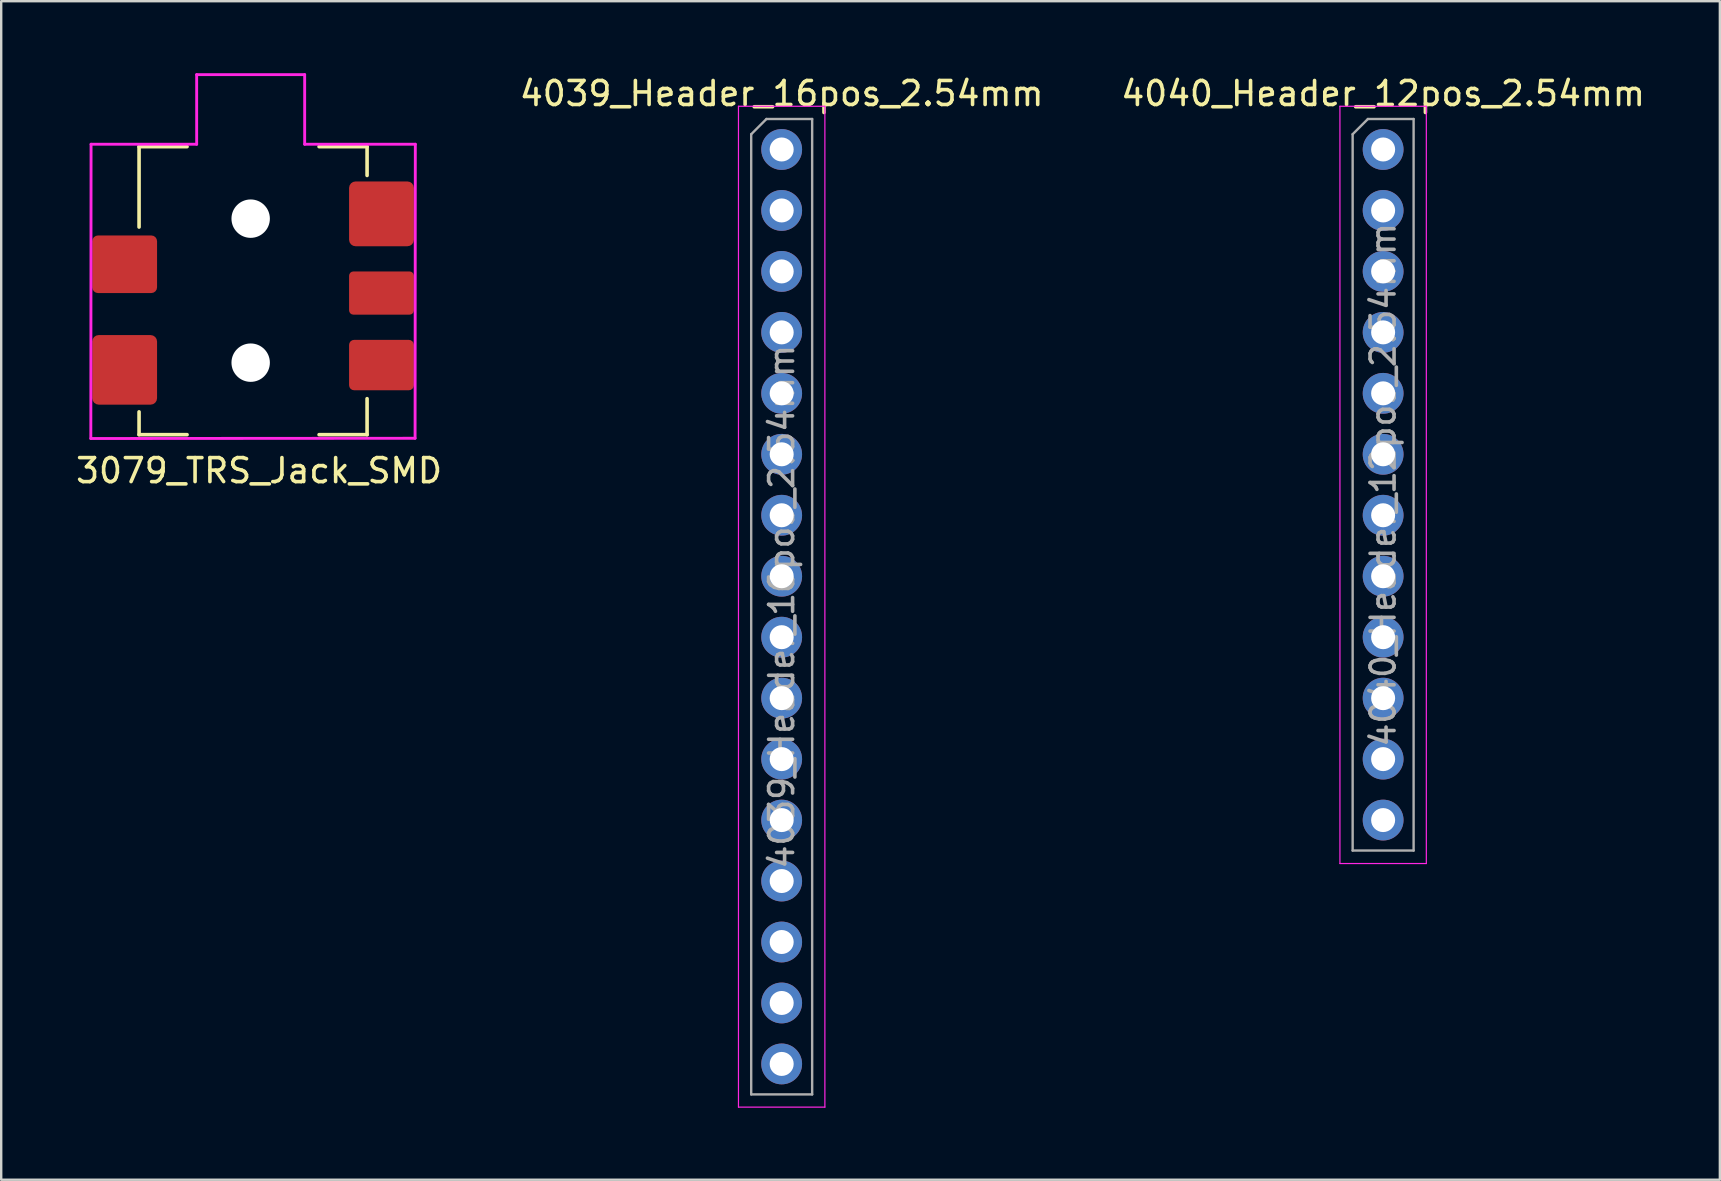
<source format=kicad_pcb>
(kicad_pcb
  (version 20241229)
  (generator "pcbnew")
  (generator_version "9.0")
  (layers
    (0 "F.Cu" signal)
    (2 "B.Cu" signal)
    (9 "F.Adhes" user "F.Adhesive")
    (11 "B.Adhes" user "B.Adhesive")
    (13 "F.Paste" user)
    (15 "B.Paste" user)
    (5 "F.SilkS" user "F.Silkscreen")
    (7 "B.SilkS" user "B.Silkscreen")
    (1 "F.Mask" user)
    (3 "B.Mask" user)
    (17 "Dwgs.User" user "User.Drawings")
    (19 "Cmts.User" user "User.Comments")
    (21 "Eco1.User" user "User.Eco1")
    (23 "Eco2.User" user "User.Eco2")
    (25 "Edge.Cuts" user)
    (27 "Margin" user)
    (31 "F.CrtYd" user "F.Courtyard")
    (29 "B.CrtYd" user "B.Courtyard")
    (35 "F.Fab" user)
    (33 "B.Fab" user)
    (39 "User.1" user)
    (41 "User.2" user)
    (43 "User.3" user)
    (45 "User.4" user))
  (footprint "4040_Header_12pos_2.54mm"
    (layer "F.Cu")
    (at 54.577 3.178)
    (property "Reference" "4040_Header_12pos_2.54mm" (at 0 -2.33 0) (layer "F.SilkS") (effects (font (size 1 1) (thickness 0.15))))
    (attr through_hole)
    (fp_line (start -1.8 -1.8) (end -1.8 29.75) (stroke (width 0.05) (type solid)) (layer "F.CrtYd"))
    (fp_line (start -1.8 29.75) (end 1.8 29.75) (stroke (width 0.05) (type solid)) (layer "F.CrtYd"))
    (fp_line (start 1.8 -1.8) (end -1.8 -1.8) (stroke (width 0.05) (type solid)) (layer "F.CrtYd"))
    (fp_line (start 1.8 29.75) (end 1.8 -1.8) (stroke (width 0.05) (type solid)) (layer "F.CrtYd"))
    (fp_line (start -1.27 -0.635) (end -0.635 -1.27) (stroke (width 0.1) (type solid)) (layer "F.Fab"))
    (fp_line (start -1.27 29.21) (end -1.27 -0.635) (stroke (width 0.1) (type solid)) (layer "F.Fab"))
    (fp_line (start -0.635 -1.27) (end 1.27 -1.27) (stroke (width 0.1) (type solid)) (layer "F.Fab"))
    (fp_line (start 1.27 -1.27) (end 1.27 29.21) (stroke (width 0.1) (type solid)) (layer "F.Fab"))
    (fp_line (start 1.27 29.21) (end -1.27 29.21) (stroke (width 0.1) (type solid)) (layer "F.Fab"))
    (fp_text user "${REFERENCE}" (at 0 13.97 90) (layer "F.Fab") (effects (font (size 1 1) (thickness 0.15))))
    (pad "1" thru_hole circle (at 0 0) (size 1.7 1.7) (drill 1) (layers "*.Cu" "*.Mask"))
    (pad "2" thru_hole oval (at 0 2.54) (size 1.7 1.7) (drill 1) (layers "*.Cu" "*.Mask"))
    (pad "3" thru_hole oval (at 0 5.08) (size 1.7 1.7) (drill 1) (layers "*.Cu" "*.Mask"))
    (pad "4" thru_hole oval (at 0 7.62) (size 1.7 1.7) (drill 1) (layers "*.Cu" "*.Mask"))
    (pad "5" thru_hole oval (at 0 10.16) (size 1.7 1.7) (drill 1) (layers "*.Cu" "*.Mask"))
    (pad "6" thru_hole oval (at 0 12.7) (size 1.7 1.7) (drill 1) (layers "*.Cu" "*.Mask"))
    (pad "7" thru_hole oval (at 0 15.24) (size 1.7 1.7) (drill 1) (layers "*.Cu" "*.Mask"))
    (pad "8" thru_hole oval (at 0 17.78) (size 1.7 1.7) (drill 1) (layers "*.Cu" "*.Mask"))
    (pad "9" thru_hole oval (at 0 20.32) (size 1.7 1.7) (drill 1) (layers "*.Cu" "*.Mask"))
    (pad "10" thru_hole oval (at 0 22.86) (size 1.7 1.7) (drill 1) (layers "*.Cu" "*.Mask"))
    (pad "11" thru_hole oval (at 0 25.4) (size 1.7 1.7) (drill 1) (layers "*.Cu" "*.Mask"))
    (pad "12" thru_hole oval (at 0 27.94) (size 1.7 1.7) (drill 1) (layers "*.Cu" "*.Mask")))
  (footprint "3079_TRS_Jack_SMD"
    (layer "F.Cu")
    (at 2.744 15.06)
    (property "Reference" "3079_TRS_Jack_SMD" (at 5 1.5 0) (layer "F.SilkS") (effects (font (size 1 1) (thickness 0.15))))
    (attr smd)
    (fp_line (start 0 -12) (end 0 -8.65) (stroke (width 0.15) (type solid)) (layer "F.SilkS"))
    (fp_line (start 0 -12) (end 2 -12) (stroke (width 0.15) (type solid)) (layer "F.SilkS"))
    (fp_line (start 0 0) (end 0 -0.95) (stroke (width 0.15) (type solid)) (layer "F.SilkS"))
    (fp_line (start 2 0) (end 0 0) (stroke (width 0.15) (type solid)) (layer "F.SilkS"))
    (fp_line (start 9.5 -12) (end 7.5 -12) (stroke (width 0.15) (type solid)) (layer "F.SilkS"))
    (fp_line (start 9.5 -12) (end 9.5 -10.8) (stroke (width 0.15) (type solid)) (layer "F.SilkS"))
    (fp_line (start 9.5 0) (end 7.5 0) (stroke (width 0.15) (type solid)) (layer "F.SilkS"))
    (fp_line (start 9.5 0) (end 9.5 -1.5) (stroke (width 0.15) (type solid)) (layer "F.SilkS"))
    (fp_line (start -2.01 0.16) (end -2 -12.1) (stroke (width 0.12) (type solid)) (layer "F.CrtYd"))
    (fp_line (start -2.01 0.16) (end 11.5 0.15) (stroke (width 0.12) (type solid)) (layer "F.CrtYd"))
    (fp_line (start -2 -12.1) (end 2.4 -12.1) (stroke (width 0.12) (type solid)) (layer "F.CrtYd"))
    (fp_line (start 2.4 -15) (end 6.9 -15) (stroke (width 0.12) (type solid)) (layer "F.CrtYd"))
    (fp_line (start 2.4 -12.1) (end 2.4 -15) (stroke (width 0.12) (type solid)) (layer "F.CrtYd"))
    (fp_line (start 6.9 -15) (end 6.9 -12.1) (stroke (width 0.12) (type solid)) (layer "F.CrtYd"))
    (fp_line (start 6.9 -12.1) (end 11.51 -12.1) (stroke (width 0.12) (type solid)) (layer "F.CrtYd"))
    (fp_line (start 11.5 0.15) (end 11.51 -12.1) (stroke (width 0.12) (type solid)) (layer "F.CrtYd"))
    (pad "" np_thru_hole circle (at 4.65 -9) (size 1.6 1.6) (drill 1.6) (layers "*.Cu" "*.Mask"))
    (pad "" np_thru_hole circle (at 4.65 -3) (size 1.6 1.6) (drill 1.6) (layers "*.Cu" "*.Mask"))
    (pad "1" smd roundrect (at 10.1 -9.2) (size 2.7 2.7) (layers "F.Cu" "F.Mask" "F.Paste") (roundrect_rratio 0.1))
    (pad "2" smd roundrect (at -0.6 -2.7) (size 2.7 2.9) (layers "F.Cu" "F.Mask" "F.Paste") (roundrect_rratio 0.1))
    (pad "3" smd roundrect (at 10.1 -2.9) (size 2.7 2.1) (layers "F.Cu" "F.Mask" "F.Paste") (roundrect_rratio 0.1))
    (pad "10" smd roundrect (at -0.6 -7.1) (size 2.7 2.4) (layers "F.Cu" "F.Mask" "F.Paste") (roundrect_rratio 0.1))
    (pad "11" smd roundrect (at 10.1 -5.9) (size 2.7 1.8) (layers "F.Cu" "F.Mask" "F.Paste") (roundrect_rratio 0.1)))
  (footprint "4039_Header_16pos_2.54mm"
    (layer "F.Cu")
    (at 29.518 3.178)
    (property "Reference" "4039_Header_16pos_2.54mm" (at 0 -2.33 0) (layer "F.SilkS") (effects (font (size 1 1) (thickness 0.15))))
    (attr through_hole)
    (fp_line (start -1.8 -1.8) (end -1.8 39.9) (stroke (width 0.05) (type solid)) (layer "F.CrtYd"))
    (fp_line (start -1.8 39.9) (end 1.8 39.9) (stroke (width 0.05) (type solid)) (layer "F.CrtYd"))
    (fp_line (start 1.8 -1.8) (end -1.8 -1.8) (stroke (width 0.05) (type solid)) (layer "F.CrtYd"))
    (fp_line (start 1.8 39.9) (end 1.8 -1.8) (stroke (width 0.05) (type solid)) (layer "F.CrtYd"))
    (fp_line (start -1.27 -0.635) (end -0.635 -1.27) (stroke (width 0.1) (type solid)) (layer "F.Fab"))
    (fp_line (start -1.27 39.37) (end -1.27 -0.635) (stroke (width 0.1) (type solid)) (layer "F.Fab"))
    (fp_line (start -0.635 -1.27) (end 1.27 -1.27) (stroke (width 0.1) (type solid)) (layer "F.Fab"))
    (fp_line (start 1.27 -1.27) (end 1.27 39.37) (stroke (width 0.1) (type solid)) (layer "F.Fab"))
    (fp_line (start 1.27 39.37) (end -1.27 39.37) (stroke (width 0.1) (type solid)) (layer "F.Fab"))
    (fp_text user "${REFERENCE}" (at 0 19.05 90) (layer "F.Fab") (effects (font (size 1 1) (thickness 0.15))))
    (pad "1" thru_hole circle (at 0 0) (size 1.7 1.7) (drill 1) (layers "*.Cu" "*.Mask"))
    (pad "2" thru_hole oval (at 0 2.54) (size 1.7 1.7) (drill 1) (layers "*.Cu" "*.Mask"))
    (pad "3" thru_hole oval (at 0 5.08) (size 1.7 1.7) (drill 1) (layers "*.Cu" "*.Mask"))
    (pad "4" thru_hole oval (at 0 7.62) (size 1.7 1.7) (drill 1) (layers "*.Cu" "*.Mask"))
    (pad "5" thru_hole oval (at 0 10.16) (size 1.7 1.7) (drill 1) (layers "*.Cu" "*.Mask"))
    (pad "6" thru_hole oval (at 0 12.7) (size 1.7 1.7) (drill 1) (layers "*.Cu" "*.Mask"))
    (pad "7" thru_hole oval (at 0 15.24) (size 1.7 1.7) (drill 1) (layers "*.Cu" "*.Mask"))
    (pad "8" thru_hole oval (at 0 17.78) (size 1.7 1.7) (drill 1) (layers "*.Cu" "*.Mask"))
    (pad "9" thru_hole oval (at 0 20.32) (size 1.7 1.7) (drill 1) (layers "*.Cu" "*.Mask"))
    (pad "10" thru_hole oval (at 0 22.86) (size 1.7 1.7) (drill 1) (layers "*.Cu" "*.Mask"))
    (pad "11" thru_hole oval (at 0 25.4) (size 1.7 1.7) (drill 1) (layers "*.Cu" "*.Mask"))
    (pad "12" thru_hole oval (at 0 27.94) (size 1.7 1.7) (drill 1) (layers "*.Cu" "*.Mask"))
    (pad "13" thru_hole oval (at 0 30.48) (size 1.7 1.7) (drill 1) (layers "*.Cu" "*.Mask"))
    (pad "14" thru_hole oval (at 0 33.02) (size 1.7 1.7) (drill 1) (layers "*.Cu" "*.Mask"))
    (pad "15" thru_hole oval (at 0 35.56) (size 1.7 1.7) (drill 1) (layers "*.Cu" "*.Mask"))
    (pad "16" thru_hole oval (at 0 38.1) (size 1.7 1.7) (drill 1) (layers "*.Cu" "*.Mask")))
  (gr_rect
    (start -3 -3)
    (end 68.607 46.103)
    (stroke (width 0.1) (type default))
    (fill no)
    (layer "Edge.Cuts")))
</source>
